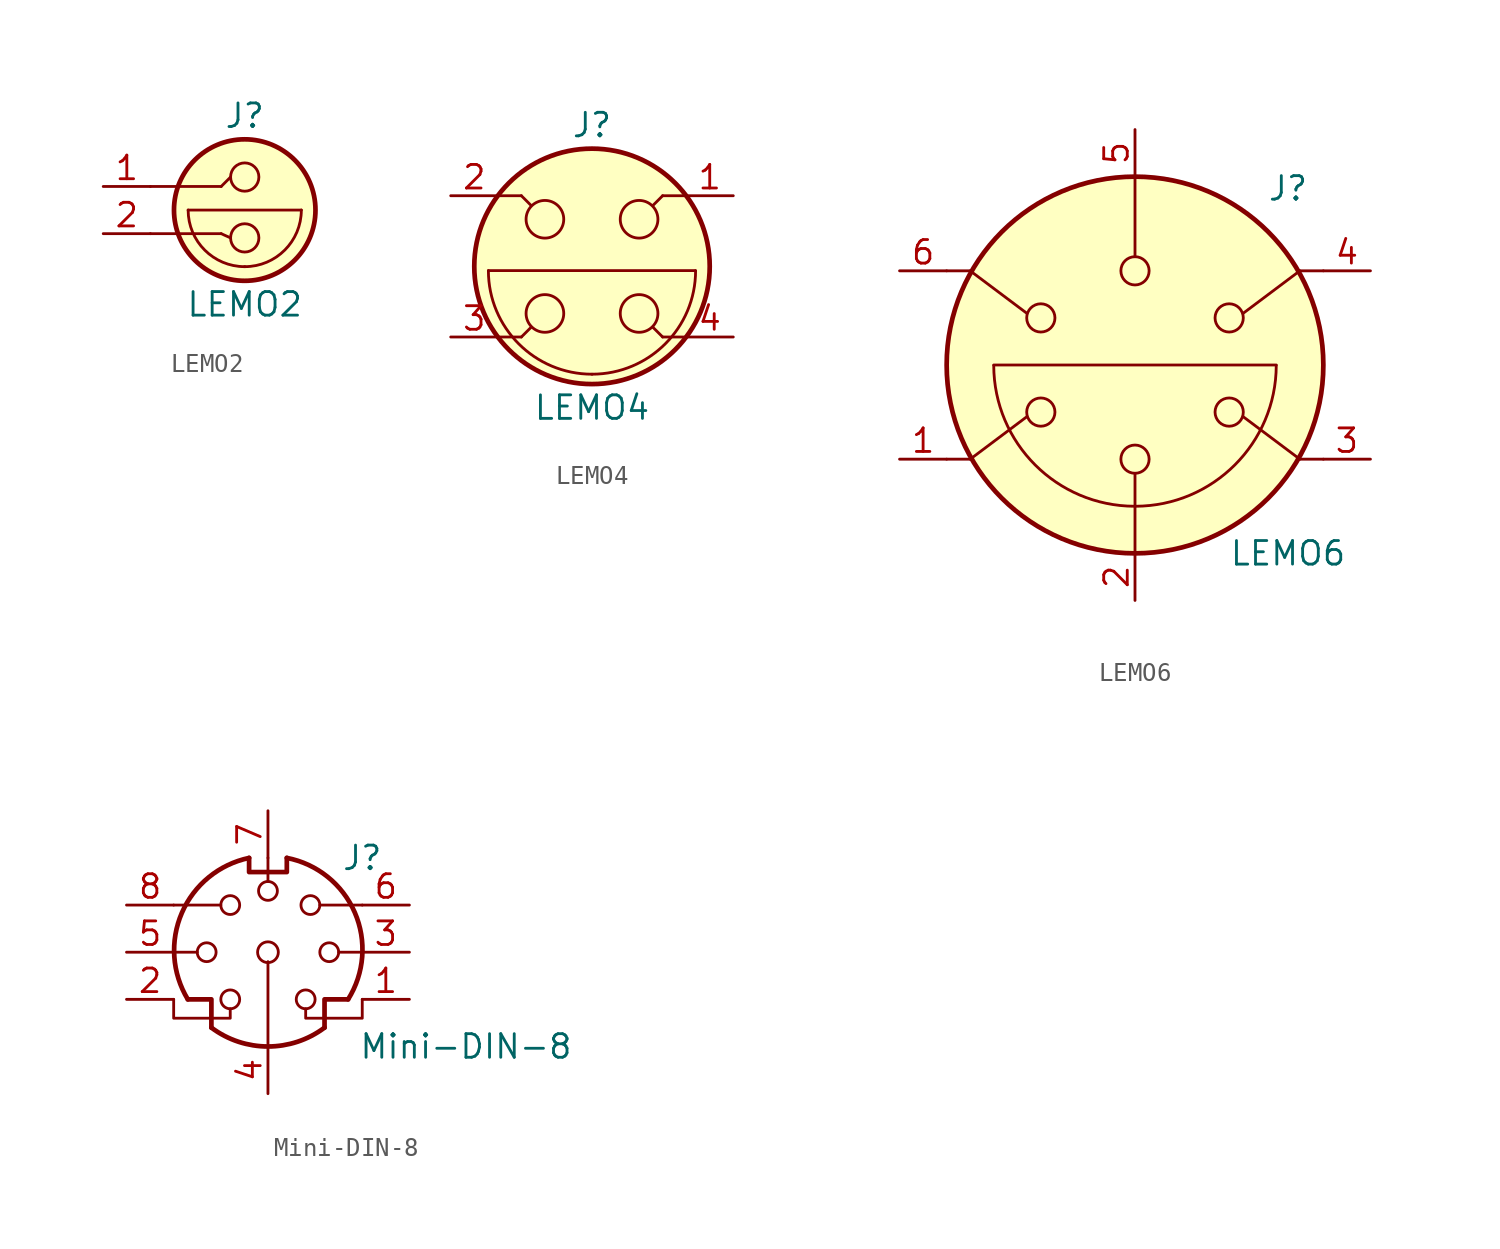
<source format=kicad_sym>
(kicad_symbol_lib
  (version 20210619)
  (generator kicad_symbol_editor)
  (symbol "Connector:LEMO2"
    (pin_names
      (offset 1.016) hide)
    (property "Reference" "J"
      (at 0 6.35 0)
      (effects (font (size 1.27 1.27))))
    (property "Value" "LEMO2"
      (at 0 -3.81 0)
      (effects (font (size 1.27 1.27))))
    (symbol "LEMO2_0_1"
      (arc (start -3.048 1.27) (end 0 -1.778) (radius (at 0 1.27) (length 3.048) (angles 179.9 -89.9)) (stroke (width 0)) (fill (type none)))
      (arc (start 3.048 1.27) (end 0 -1.778) (radius (at 0 1.27) (length 3.048) (angles -0.1 -89.9)) (stroke (width 0)) (fill (type none)))
      (circle (center 0 -0.229) (radius 0.762) (stroke (width 0)) (fill (type none)))
      (circle (center 0 3.048) (radius 0.762) (stroke (width 0)) (fill (type none)))
      (circle (center 0 1.27) (radius 3.81) (stroke (width 0.254)) (fill (type background)))
      (polyline (pts (xy -5.08 0) (xy -1.27 0)) (stroke (width 0)) (fill (type none)))
      (polyline (pts (xy -5.08 2.54) (xy -1.27 2.54)) (stroke (width 0)) (fill (type none)))
      (polyline (pts (xy -3.048 1.27) (xy 3.048 1.27)) (stroke (width 0)) (fill (type none)))
      (polyline (pts (xy -1.27 2.54) (xy -0.762 3.048)) (stroke (width 0)) (fill (type none)))
      (polyline (pts (xy -0.762 -0.229) (xy -1.27 0)) (stroke (width 0)) (fill (type none))))
    (symbol "LEMO2_1_1"
      (pin passive line (at -7.62 2.54 0) (length 2.54) (name "~" (effects (font (size 1.27 1.27)))) (number "1" (effects (font (size 1.27 1.27)))))
      (pin passive line (at -7.62 0 0) (length 2.54) (name "~" (effects (font (size 1.27 1.27)))) (number "2" (effects (font (size 1.27 1.27)))))))
  (symbol "Connector:LEMO4"
    (pin_names
      (offset 1.016) hide)
    (property "Reference" "J"
      (at 0 7.62 0)
      (effects (font (size 1.27 1.27))))
    (property "Value" "LEMO4"
      (at 0 -7.62 0)
      (effects (font (size 1.27 1.27))))
    (symbol "LEMO4_0_1"
      (arc (start -5.588 -0.2286) (end 0 -5.8166) (radius (at 0 -0.2286) (length 5.588) (angles 179.9 -89.9)) (stroke (width 0)) (fill (type none)))
      (arc (start 0 -5.8166) (end 5.588 -0.2286) (radius (at 0 -0.2286) (length 5.588) (angles -90.1 0.1)) (stroke (width 0)) (fill (type none)))
      (circle (center -2.54 -2.54) (radius 1.016) (stroke (width 0)) (fill (type none)))
      (circle (center -2.54 2.54) (radius 1.016) (stroke (width 0)) (fill (type none)))
      (circle (center 2.54 -2.54) (radius 1.016) (stroke (width 0)) (fill (type none)))
      (circle (center 2.54 2.54) (radius 1.016) (stroke (width 0)) (fill (type none)))
      (circle (center 0 0) (radius 6.35) (stroke (width 0.254)) (fill (type background)))
      (polyline (pts (xy -5.588 -0.229) (xy 5.563 -0.229)) (stroke (width 0)) (fill (type none)))
      (polyline (pts (xy -5.08 -3.81) (xy -3.81 -3.81)) (stroke (width 0)) (fill (type none)))
      (polyline (pts (xy -3.81 -3.81) (xy -3.302 -3.302)) (stroke (width 0)) (fill (type none)))
      (polyline (pts (xy -3.81 3.81) (xy -5.08 3.81)) (stroke (width 0)) (fill (type none)))
      (polyline (pts (xy -3.81 3.81) (xy -3.302 3.302)) (stroke (width 0)) (fill (type none)))
      (polyline (pts (xy 3.81 -3.81) (xy 3.302 -3.302)) (stroke (width 0)) (fill (type none)))
      (polyline (pts (xy 3.81 3.81) (xy 3.302 3.302)) (stroke (width 0)) (fill (type none)))
      (polyline (pts (xy 5.08 -3.81) (xy 3.81 -3.81)) (stroke (width 0)) (fill (type none)))
      (polyline (pts (xy 5.08 3.81) (xy 3.81 3.81)) (stroke (width 0)) (fill (type none))))
    (symbol "LEMO4_1_1"
      (pin passive line (at 7.62 3.81 180) (length 2.54) (name "~" (effects (font (size 1.27 1.27)))) (number "1" (effects (font (size 1.27 1.27)))))
      (pin passive line (at -7.62 3.81 0) (length 2.54) (name "~" (effects (font (size 1.27 1.27)))) (number "2" (effects (font (size 1.27 1.27)))))
      (pin passive line (at -7.62 -3.81 0) (length 2.54) (name "~" (effects (font (size 1.27 1.27)))) (number "3" (effects (font (size 1.27 1.27)))))
      (pin passive line (at 7.62 -3.81 180) (length 2.54) (name "~" (effects (font (size 1.27 1.27)))) (number "4" (effects (font (size 1.27 1.27)))))))
  (symbol "Connector:LEMO6"
    (pin_names
      (offset 1.016) hide)
    (property "Reference" "J"
      (at 8.255 9.525 0)
      (effects (font (size 1.27 1.27))))
    (property "Value" "LEMO6"
      (at 8.255 -10.16 0)
      (effects (font (size 1.27 1.27))))
    (symbol "LEMO6_0_1"
      (arc (start -0.0254 -7.62) (end -7.62 -0.0254) (radius (at 0 0) (length 7.62) (angles -90.1 -179.9)) (stroke (width 0)) (fill (type none)))
      (arc (start 7.62 -0.0254) (end 0.0254 -7.62) (radius (at 0 0) (length 7.62) (angles -0.1 -89.9)) (stroke (width 0)) (fill (type none)))
      (circle (center -5.08 -2.54) (radius 0.762) (stroke (width 0)) (fill (type none)))
      (circle (center -5.08 2.54) (radius 0.762) (stroke (width 0)) (fill (type none)))
      (circle (center 0 -5.08) (radius 0.762) (stroke (width 0)) (fill (type none)))
      (circle (center 0 5.08) (radius 0.762) (stroke (width 0)) (fill (type none)))
      (circle (center 5.08 -2.54) (radius 0.762) (stroke (width 0)) (fill (type none)))
      (circle (center 5.08 2.54) (radius 0.762) (stroke (width 0)) (fill (type none)))
      (circle (center 0 0) (radius 10.16) (stroke (width 0.254)) (fill (type background)))
      (polyline (pts (xy -10.16 5.08) (xy -8.89 5.08)) (stroke (width 0)) (fill (type none)))
      (polyline (pts (xy -8.89 -5.08) (xy -10.16 -5.08)) (stroke (width 0)) (fill (type none)))
      (polyline (pts (xy -8.89 -5.08) (xy -5.842 -2.794)) (stroke (width 0)) (fill (type none)))
      (polyline (pts (xy -8.89 5.08) (xy -5.842 2.794)) (stroke (width 0)) (fill (type none)))
      (polyline (pts (xy -7.62 0) (xy 7.62 0)) (stroke (width 0)) (fill (type none)))
      (polyline (pts (xy 0 -10.16) (xy 0 -5.842)) (stroke (width 0)) (fill (type none)))
      (polyline (pts (xy 0 10.16) (xy 0 5.842)) (stroke (width 0)) (fill (type none)))
      (polyline (pts (xy 8.89 -5.08) (xy 5.842 -2.794)) (stroke (width 0)) (fill (type none)))
      (polyline (pts (xy 8.89 -5.08) (xy 10.16 -5.08)) (stroke (width 0)) (fill (type none)))
      (polyline (pts (xy 8.89 5.08) (xy 5.842 2.794)) (stroke (width 0)) (fill (type none)))
      (polyline (pts (xy 10.16 5.08) (xy 8.89 5.08)) (stroke (width 0)) (fill (type none))))
    (symbol "LEMO6_1_1"
      (pin passive line (at -12.7 -5.08 0) (length 2.54) (name "~" (effects (font (size 1.27 1.27)))) (number "1" (effects (font (size 1.27 1.27)))))
      (pin passive line (at 0 -12.7 90) (length 2.54) (name "~" (effects (font (size 1.27 1.27)))) (number "2" (effects (font (size 1.27 1.27)))))
      (pin passive line (at 12.7 -5.08 180) (length 2.54) (name "~" (effects (font (size 1.27 1.27)))) (number "3" (effects (font (size 1.27 1.27)))))
      (pin passive line (at 12.7 5.08 180) (length 2.54) (name "~" (effects (font (size 1.27 1.27)))) (number "4" (effects (font (size 1.27 1.27)))))
      (pin passive line (at 0 12.7 270) (length 2.54) (name "~" (effects (font (size 1.27 1.27)))) (number "5" (effects (font (size 1.27 1.27)))))
      (pin passive line (at -12.7 5.08 0) (length 2.54) (name "~" (effects (font (size 1.27 1.27)))) (number "6" (effects (font (size 1.27 1.27)))))))
  (symbol "Connector:Mini-DIN-8"
    (pin_names
      (offset 1.016))
    (property "Reference" "J"
      (at 5.08 5.08 0)
      (effects (font (size 1.27 1.27))))
    (property "Value" "Mini-DIN-8"
      (at 10.668 -5.08 0)
      (effects (font (size 1.27 1.27))))
    (symbol "Mini-DIN-8_0_1"
      (arc (start -3.048 -4.064) (end 3.048 -4.064) (radius (at 0 0) (length 5.08) (angles -126.9 -53.1)) (stroke (width 0.254)) (fill (type none)))
      (arc (start -1.016 5.08) (end -4.318 -2.54) (radius (at 0.0508 0.1016) (length 5.08) (angles 102.1 -148.8)) (stroke (width 0.254)) (fill (type none)))
      (arc (start 4.318 -2.54) (end 1.016 5.08) (radius (at 0.0508 0.127) (length 5.0292) (angles -32 79)) (stroke (width 0.254)) (fill (type none)))
      (circle (center -3.302 0) (radius 0.508) (stroke (width 0)) (fill (type none)))
      (circle (center -2.032 -2.54) (radius 0.508) (stroke (width 0)) (fill (type none)))
      (circle (center -2.032 2.54) (radius 0.508) (stroke (width 0)) (fill (type none)))
      (circle (center 0 0) (radius 0.559) (stroke (width 0)) (fill (type none)))
      (circle (center 0 3.302) (radius 0.508) (stroke (width 0)) (fill (type none)))
      (circle (center 2.032 -2.54) (radius 0.508) (stroke (width 0)) (fill (type none)))
      (circle (center 2.286 2.54) (radius 0.508) (stroke (width 0)) (fill (type none)))
      (circle (center 3.302 0) (radius 0.508) (stroke (width 0)) (fill (type none)))
      (polyline (pts (xy -3.81 0) (xy -5.08 0)) (stroke (width 0)) (fill (type none)))
      (polyline (pts (xy -2.54 2.54) (xy -5.08 2.54)) (stroke (width 0)) (fill (type none)))
      (polyline (pts (xy 0 -5.08) (xy 0 -0.508)) (stroke (width 0)) (fill (type none)))
      (polyline (pts (xy 0 3.81) (xy 0 5.08)) (stroke (width 0)) (fill (type none)))
      (polyline (pts (xy 2.794 2.54) (xy 5.08 2.54)) (stroke (width 0)) (fill (type none)))
      (polyline (pts (xy 5.08 0) (xy 3.81 0)) (stroke (width 0)) (fill (type none)))
      (polyline (pts (xy -4.318 -2.54) (xy -3.048 -2.54) (xy -3.048 -4.064)) (stroke (width 0.254)) (fill (type none)))
      (polyline (pts (xy 4.318 -2.54) (xy 3.048 -2.54) (xy 3.048 -4.064)) (stroke (width 0.254)) (fill (type none)))
      (polyline (pts (xy -2.032 -3.048) (xy -2.032 -3.556) (xy -5.08 -3.556) (xy -5.08 -2.54)) (stroke (width 0)) (fill (type none)))
      (polyline (pts (xy -1.016 5.08) (xy -1.016 4.318) (xy 1.016 4.318) (xy 1.016 5.08)) (stroke (width 0.254)) (fill (type none)))
      (polyline (pts (xy 2.032 -3.048) (xy 2.032 -3.556) (xy 5.08 -3.556) (xy 5.08 -2.54)) (stroke (width 0)) (fill (type none))))
    (symbol "Mini-DIN-8_1_1"
      (pin passive line (at 7.62 -2.54 180) (length 2.54) (name "~" (effects (font (size 1.27 1.27)))) (number "1" (effects (font (size 1.27 1.27)))))
      (pin passive line (at -7.62 -2.54 0) (length 2.54) (name "~" (effects (font (size 1.27 1.27)))) (number "2" (effects (font (size 1.27 1.27)))))
      (pin passive line (at 7.62 0 180) (length 2.54) (name "~" (effects (font (size 1.27 1.27)))) (number "3" (effects (font (size 1.27 1.27)))))
      (pin passive line (at 0 -7.62 90) (length 2.54) (name "~" (effects (font (size 1.27 1.27)))) (number "4" (effects (font (size 1.27 1.27)))))
      (pin passive line (at -7.62 0 0) (length 2.54) (name "~" (effects (font (size 1.27 1.27)))) (number "5" (effects (font (size 1.27 1.27)))))
      (pin passive line (at 7.62 2.54 180) (length 2.54) (name "~" (effects (font (size 1.27 1.27)))) (number "6" (effects (font (size 1.27 1.27)))))
      (pin passive line (at 0 7.62 270) (length 2.54) (name "~" (effects (font (size 1.27 1.27)))) (number "7" (effects (font (size 1.27 1.27)))))
      (pin passive line (at -7.62 2.54 0) (length 2.54) (name "~" (effects (font (size 1.27 1.27)))) (number "8" (effects (font (size 1.27 1.27))))))))
</source>
